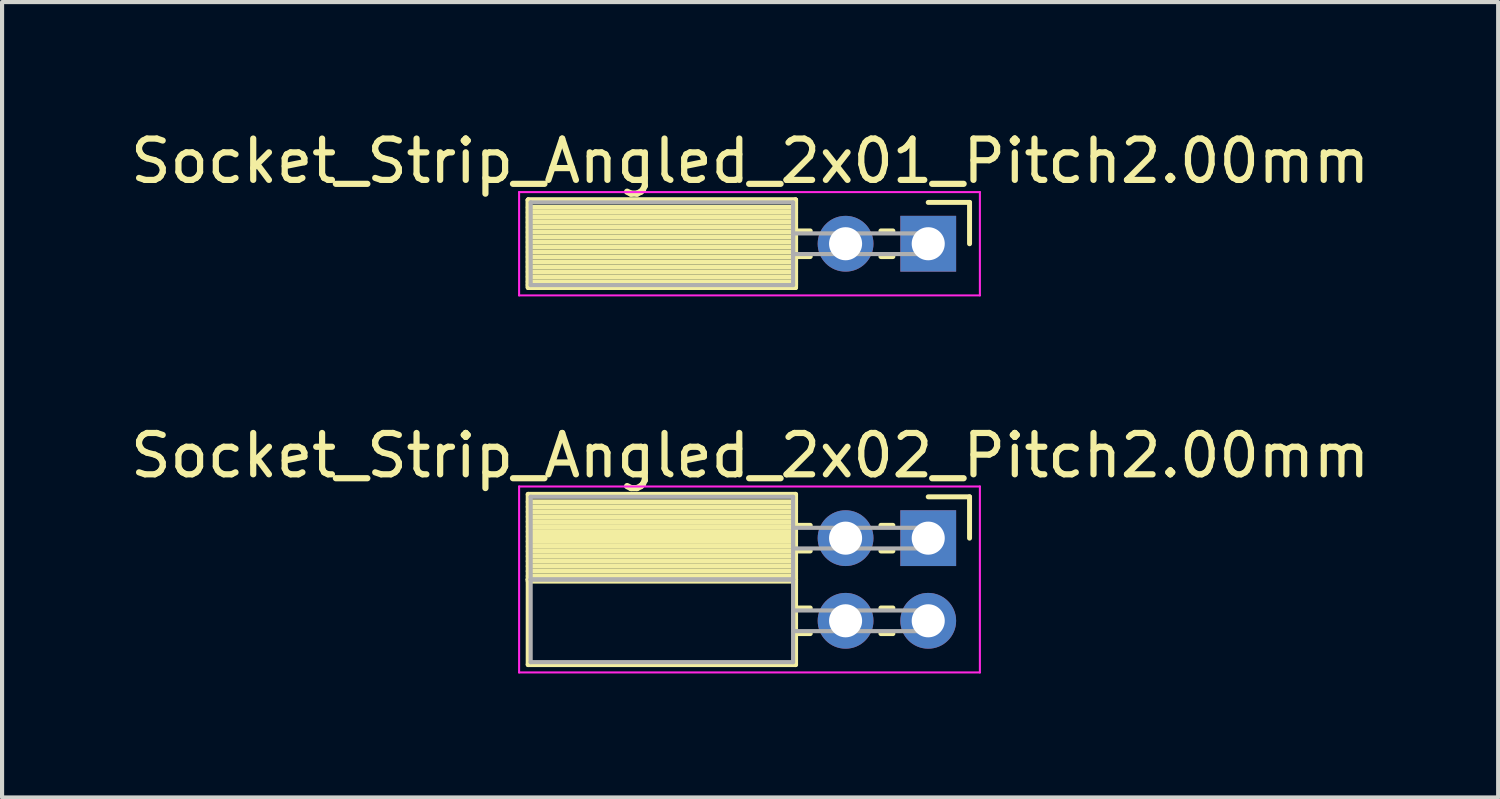
<source format=kicad_pcb>
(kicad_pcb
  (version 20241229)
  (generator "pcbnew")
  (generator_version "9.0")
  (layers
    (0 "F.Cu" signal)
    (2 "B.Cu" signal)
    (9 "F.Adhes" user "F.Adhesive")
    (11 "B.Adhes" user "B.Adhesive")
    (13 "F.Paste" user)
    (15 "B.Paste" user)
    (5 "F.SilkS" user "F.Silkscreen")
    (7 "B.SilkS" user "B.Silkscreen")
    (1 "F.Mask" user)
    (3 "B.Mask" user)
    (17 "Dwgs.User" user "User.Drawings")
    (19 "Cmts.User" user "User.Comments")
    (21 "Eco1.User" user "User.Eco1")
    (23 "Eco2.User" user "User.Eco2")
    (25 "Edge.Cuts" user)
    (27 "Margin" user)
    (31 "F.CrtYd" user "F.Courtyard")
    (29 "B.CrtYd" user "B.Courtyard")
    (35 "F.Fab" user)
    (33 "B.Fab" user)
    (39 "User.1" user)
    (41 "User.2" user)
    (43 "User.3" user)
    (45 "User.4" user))
  (footprint "Socket_Strip_Angled_2x02_Pitch2.00mm"
    (layer "F.Cu")
    (at 19.411 9.972)
    (property "Reference" "Socket_Strip_Angled_2x02_Pitch2.00mm" (at -4.31 -2 0) (layer "F.SilkS") (effects (font (size 1 1) (thickness 0.15))))
    (attr through_hole)
    (fp_line (start -9.68 -1.06) (end -3.21 -1.06) (stroke (width 0.12) (type solid)) (layer "F.SilkS"))
    (fp_line (start -9.68 1) (end -9.68 -1.06) (stroke (width 0.12) (type solid)) (layer "F.SilkS"))
    (fp_line (start -9.68 1) (end -3.21 1) (stroke (width 0.12) (type solid)) (layer "F.SilkS"))
    (fp_line (start -9.68 3.06) (end -9.68 1) (stroke (width 0.12) (type solid)) (layer "F.SilkS"))
    (fp_line (start -3.21 -1.06) (end -3.21 1) (stroke (width 0.12) (type solid)) (layer "F.SilkS"))
    (fp_line (start -3.21 -0.88) (end -9.68 -0.88) (stroke (width 0.12) (type solid)) (layer "F.SilkS"))
    (fp_line (start -3.21 -0.76) (end -9.68 -0.76) (stroke (width 0.12) (type solid)) (layer "F.SilkS"))
    (fp_line (start -3.21 -0.64) (end -9.68 -0.64) (stroke (width 0.12) (type solid)) (layer "F.SilkS"))
    (fp_line (start -3.21 -0.52) (end -9.68 -0.52) (stroke (width 0.12) (type solid)) (layer "F.SilkS"))
    (fp_line (start -3.21 -0.4) (end -9.68 -0.4) (stroke (width 0.12) (type solid)) (layer "F.SilkS"))
    (fp_line (start -3.21 -0.28) (end -9.68 -0.28) (stroke (width 0.12) (type solid)) (layer "F.SilkS"))
    (fp_line (start -3.21 -0.16) (end -9.68 -0.16) (stroke (width 0.12) (type solid)) (layer "F.SilkS"))
    (fp_line (start -3.21 -0.04) (end -9.68 -0.04) (stroke (width 0.12) (type solid)) (layer "F.SilkS"))
    (fp_line (start -3.21 0.08) (end -9.68 0.08) (stroke (width 0.12) (type solid)) (layer "F.SilkS"))
    (fp_line (start -3.21 0.2) (end -9.68 0.2) (stroke (width 0.12) (type solid)) (layer "F.SilkS"))
    (fp_line (start -3.21 0.32) (end -9.68 0.32) (stroke (width 0.12) (type solid)) (layer "F.SilkS"))
    (fp_line (start -3.21 0.44) (end -9.68 0.44) (stroke (width 0.12) (type solid)) (layer "F.SilkS"))
    (fp_line (start -3.21 0.56) (end -9.68 0.56) (stroke (width 0.12) (type solid)) (layer "F.SilkS"))
    (fp_line (start -3.21 0.68) (end -9.68 0.68) (stroke (width 0.12) (type solid)) (layer "F.SilkS"))
    (fp_line (start -3.21 0.8) (end -9.68 0.8) (stroke (width 0.12) (type solid)) (layer "F.SilkS"))
    (fp_line (start -3.21 0.92) (end -9.68 0.92) (stroke (width 0.12) (type solid)) (layer "F.SilkS"))
    (fp_line (start -3.21 1) (end -9.68 1) (stroke (width 0.12) (type solid)) (layer "F.SilkS"))
    (fp_line (start -3.21 1) (end -3.21 3.06) (stroke (width 0.12) (type solid)) (layer "F.SilkS"))
    (fp_line (start -3.21 1.04) (end -9.68 1.04) (stroke (width 0.12) (type solid)) (layer "F.SilkS"))
    (fp_line (start -3.21 3.06) (end -9.68 3.06) (stroke (width 0.12) (type solid)) (layer "F.SilkS"))
    (fp_line (start -2.855 -0.31) (end -3.21 -0.31) (stroke (width 0.12) (type solid)) (layer "F.SilkS"))
    (fp_line (start -2.855 0.31) (end -3.21 0.31) (stroke (width 0.12) (type solid)) (layer "F.SilkS"))
    (fp_line (start -2.855 1.69) (end -3.21 1.69) (stroke (width 0.12) (type solid)) (layer "F.SilkS"))
    (fp_line (start -2.855 2.31) (end -3.21 2.31) (stroke (width 0.12) (type solid)) (layer "F.SilkS"))
    (fp_line (start -0.855 -0.31) (end -1.145 -0.31) (stroke (width 0.12) (type solid)) (layer "F.SilkS"))
    (fp_line (start -0.855 0.31) (end -1.145 0.31) (stroke (width 0.12) (type solid)) (layer "F.SilkS"))
    (fp_line (start -0.855 1.69) (end -1.145 1.69) (stroke (width 0.12) (type solid)) (layer "F.SilkS"))
    (fp_line (start -0.855 2.31) (end -1.145 2.31) (stroke (width 0.12) (type solid)) (layer "F.SilkS"))
    (fp_line (start 0 -1) (end 1 -1) (stroke (width 0.12) (type solid)) (layer "F.SilkS"))
    (fp_line (start 1 -1) (end 1 0) (stroke (width 0.12) (type solid)) (layer "F.SilkS"))
    (fp_line (start -9.9 -1.25) (end 1.25 -1.25) (stroke (width 0.05) (type solid)) (layer "F.CrtYd"))
    (fp_line (start -9.9 3.25) (end -9.9 -1.25) (stroke (width 0.05) (type solid)) (layer "F.CrtYd"))
    (fp_line (start 1.25 -1.25) (end 1.25 3.25) (stroke (width 0.05) (type solid)) (layer "F.CrtYd"))
    (fp_line (start 1.25 3.25) (end -9.9 3.25) (stroke (width 0.05) (type solid)) (layer "F.CrtYd"))
    (fp_line (start -9.62 -1) (end -3.27 -1) (stroke (width 0.1) (type solid)) (layer "F.Fab"))
    (fp_line (start -9.62 1) (end -9.62 -1) (stroke (width 0.1) (type solid)) (layer "F.Fab"))
    (fp_line (start -9.62 1) (end -3.27 1) (stroke (width 0.1) (type solid)) (layer "F.Fab"))
    (fp_line (start -9.62 3) (end -9.62 1) (stroke (width 0.1) (type solid)) (layer "F.Fab"))
    (fp_line (start -3.27 -1) (end -3.27 1) (stroke (width 0.1) (type solid)) (layer "F.Fab"))
    (fp_line (start -3.27 -0.25) (end 0 -0.25) (stroke (width 0.1) (type solid)) (layer "F.Fab"))
    (fp_line (start -3.27 0.25) (end -3.27 -0.25) (stroke (width 0.1) (type solid)) (layer "F.Fab"))
    (fp_line (start -3.27 1) (end -9.62 1) (stroke (width 0.1) (type solid)) (layer "F.Fab"))
    (fp_line (start -3.27 1) (end -3.27 3) (stroke (width 0.1) (type solid)) (layer "F.Fab"))
    (fp_line (start -3.27 1.75) (end 0 1.75) (stroke (width 0.1) (type solid)) (layer "F.Fab"))
    (fp_line (start -3.27 2.25) (end -3.27 1.75) (stroke (width 0.1) (type solid)) (layer "F.Fab"))
    (fp_line (start -3.27 3) (end -9.62 3) (stroke (width 0.1) (type solid)) (layer "F.Fab"))
    (fp_line (start 0 -0.25) (end 0 0.25) (stroke (width 0.1) (type solid)) (layer "F.Fab"))
    (fp_line (start 0 0.25) (end -3.27 0.25) (stroke (width 0.1) (type solid)) (layer "F.Fab"))
    (fp_line (start 0 1.75) (end 0 2.25) (stroke (width 0.1) (type solid)) (layer "F.Fab"))
    (fp_line (start 0 2.25) (end -3.27 2.25) (stroke (width 0.1) (type solid)) (layer "F.Fab"))
    (pad "1" thru_hole rect (at 0 0) (size 1.35 1.35) (drill 0.8) (layers "*.Cu" "*.Mask"))
    (pad "2" thru_hole oval (at -2 0) (size 1.35 1.35) (drill 0.8) (layers "*.Cu" "*.Mask"))
    (pad "3" thru_hole oval (at 0 2) (size 1.35 1.35) (drill 0.8) (layers "*.Cu" "*.Mask"))
    (pad "4" thru_hole oval (at -2 2) (size 1.35 1.35) (drill 0.8) (layers "*.Cu" "*.Mask")))
  (footprint "Socket_Strip_Angled_2x01_Pitch2.00mm"
    (layer "F.Cu")
    (at 19.411 2.848)
    (property "Reference" "Socket_Strip_Angled_2x01_Pitch2.00mm" (at -4.31 -2 0) (layer "F.SilkS") (effects (font (size 1 1) (thickness 0.15))))
    (attr through_hole)
    (fp_line (start -9.68 -1.06) (end -3.21 -1.06) (stroke (width 0.12) (type solid)) (layer "F.SilkS"))
    (fp_line (start -9.68 -1.06) (end -3.21 -1.06) (stroke (width 0.12) (type solid)) (layer "F.SilkS"))
    (fp_line (start -9.68 1) (end -9.68 -1.06) (stroke (width 0.12) (type solid)) (layer "F.SilkS"))
    (fp_line (start -9.68 1.06) (end -9.68 -1.06) (stroke (width 0.12) (type solid)) (layer "F.SilkS"))
    (fp_line (start -3.21 -1.06) (end -3.21 1) (stroke (width 0.12) (type solid)) (layer "F.SilkS"))
    (fp_line (start -3.21 -1.06) (end -3.21 1.06) (stroke (width 0.12) (type solid)) (layer "F.SilkS"))
    (fp_line (start -3.21 -0.88) (end -9.68 -0.88) (stroke (width 0.12) (type solid)) (layer "F.SilkS"))
    (fp_line (start -3.21 -0.76) (end -9.68 -0.76) (stroke (width 0.12) (type solid)) (layer "F.SilkS"))
    (fp_line (start -3.21 -0.64) (end -9.68 -0.64) (stroke (width 0.12) (type solid)) (layer "F.SilkS"))
    (fp_line (start -3.21 -0.52) (end -9.68 -0.52) (stroke (width 0.12) (type solid)) (layer "F.SilkS"))
    (fp_line (start -3.21 -0.4) (end -9.68 -0.4) (stroke (width 0.12) (type solid)) (layer "F.SilkS"))
    (fp_line (start -3.21 -0.28) (end -9.68 -0.28) (stroke (width 0.12) (type solid)) (layer "F.SilkS"))
    (fp_line (start -3.21 -0.16) (end -9.68 -0.16) (stroke (width 0.12) (type solid)) (layer "F.SilkS"))
    (fp_line (start -3.21 -0.04) (end -9.68 -0.04) (stroke (width 0.12) (type solid)) (layer "F.SilkS"))
    (fp_line (start -3.21 0.08) (end -9.68 0.08) (stroke (width 0.12) (type solid)) (layer "F.SilkS"))
    (fp_line (start -3.21 0.2) (end -9.68 0.2) (stroke (width 0.12) (type solid)) (layer "F.SilkS"))
    (fp_line (start -3.21 0.32) (end -9.68 0.32) (stroke (width 0.12) (type solid)) (layer "F.SilkS"))
    (fp_line (start -3.21 0.44) (end -9.68 0.44) (stroke (width 0.12) (type solid)) (layer "F.SilkS"))
    (fp_line (start -3.21 0.56) (end -9.68 0.56) (stroke (width 0.12) (type solid)) (layer "F.SilkS"))
    (fp_line (start -3.21 0.68) (end -9.68 0.68) (stroke (width 0.12) (type solid)) (layer "F.SilkS"))
    (fp_line (start -3.21 0.8) (end -9.68 0.8) (stroke (width 0.12) (type solid)) (layer "F.SilkS"))
    (fp_line (start -3.21 0.92) (end -9.68 0.92) (stroke (width 0.12) (type solid)) (layer "F.SilkS"))
    (fp_line (start -3.21 1) (end -9.68 1) (stroke (width 0.12) (type solid)) (layer "F.SilkS"))
    (fp_line (start -3.21 1.04) (end -9.68 1.04) (stroke (width 0.12) (type solid)) (layer "F.SilkS"))
    (fp_line (start -3.21 1.06) (end -9.68 1.06) (stroke (width 0.12) (type solid)) (layer "F.SilkS"))
    (fp_line (start -2.855 -0.31) (end -3.21 -0.31) (stroke (width 0.12) (type solid)) (layer "F.SilkS"))
    (fp_line (start -2.855 0.31) (end -3.21 0.31) (stroke (width 0.12) (type solid)) (layer "F.SilkS"))
    (fp_line (start -0.855 -0.31) (end -1.145 -0.31) (stroke (width 0.12) (type solid)) (layer "F.SilkS"))
    (fp_line (start -0.855 0.31) (end -1.145 0.31) (stroke (width 0.12) (type solid)) (layer "F.SilkS"))
    (fp_line (start 0 -1) (end 1 -1) (stroke (width 0.12) (type solid)) (layer "F.SilkS"))
    (fp_line (start 1 -1) (end 1 0) (stroke (width 0.12) (type solid)) (layer "F.SilkS"))
    (fp_line (start -9.9 -1.25) (end 1.25 -1.25) (stroke (width 0.05) (type solid)) (layer "F.CrtYd"))
    (fp_line (start -9.9 1.25) (end -9.9 -1.25) (stroke (width 0.05) (type solid)) (layer "F.CrtYd"))
    (fp_line (start 1.25 -1.25) (end 1.25 1.25) (stroke (width 0.05) (type solid)) (layer "F.CrtYd"))
    (fp_line (start 1.25 1.25) (end -9.9 1.25) (stroke (width 0.05) (type solid)) (layer "F.CrtYd"))
    (fp_line (start -9.62 -1) (end -3.27 -1) (stroke (width 0.1) (type solid)) (layer "F.Fab"))
    (fp_line (start -9.62 1) (end -9.62 -1) (stroke (width 0.1) (type solid)) (layer "F.Fab"))
    (fp_line (start -3.27 -1) (end -3.27 1) (stroke (width 0.1) (type solid)) (layer "F.Fab"))
    (fp_line (start -3.27 -0.25) (end 0 -0.25) (stroke (width 0.1) (type solid)) (layer "F.Fab"))
    (fp_line (start -3.27 0.25) (end -3.27 -0.25) (stroke (width 0.1) (type solid)) (layer "F.Fab"))
    (fp_line (start -3.27 1) (end -9.62 1) (stroke (width 0.1) (type solid)) (layer "F.Fab"))
    (fp_line (start 0 -0.25) (end 0 0.25) (stroke (width 0.1) (type solid)) (layer "F.Fab"))
    (fp_line (start 0 0.25) (end -3.27 0.25) (stroke (width 0.1) (type solid)) (layer "F.Fab"))
    (pad "1" thru_hole rect (at 0 0) (size 1.35 1.35) (drill 0.8) (layers "*.Cu" "*.Mask"))
    (pad "2" thru_hole oval (at -2 0) (size 1.35 1.35) (drill 0.8) (layers "*.Cu" "*.Mask")))
  (gr_rect
    (start -3 -3)
    (end 33.202 16.247)
    (stroke (width 0.1) (type default))
    (fill no)
    (layer "Edge.Cuts")))
</source>
